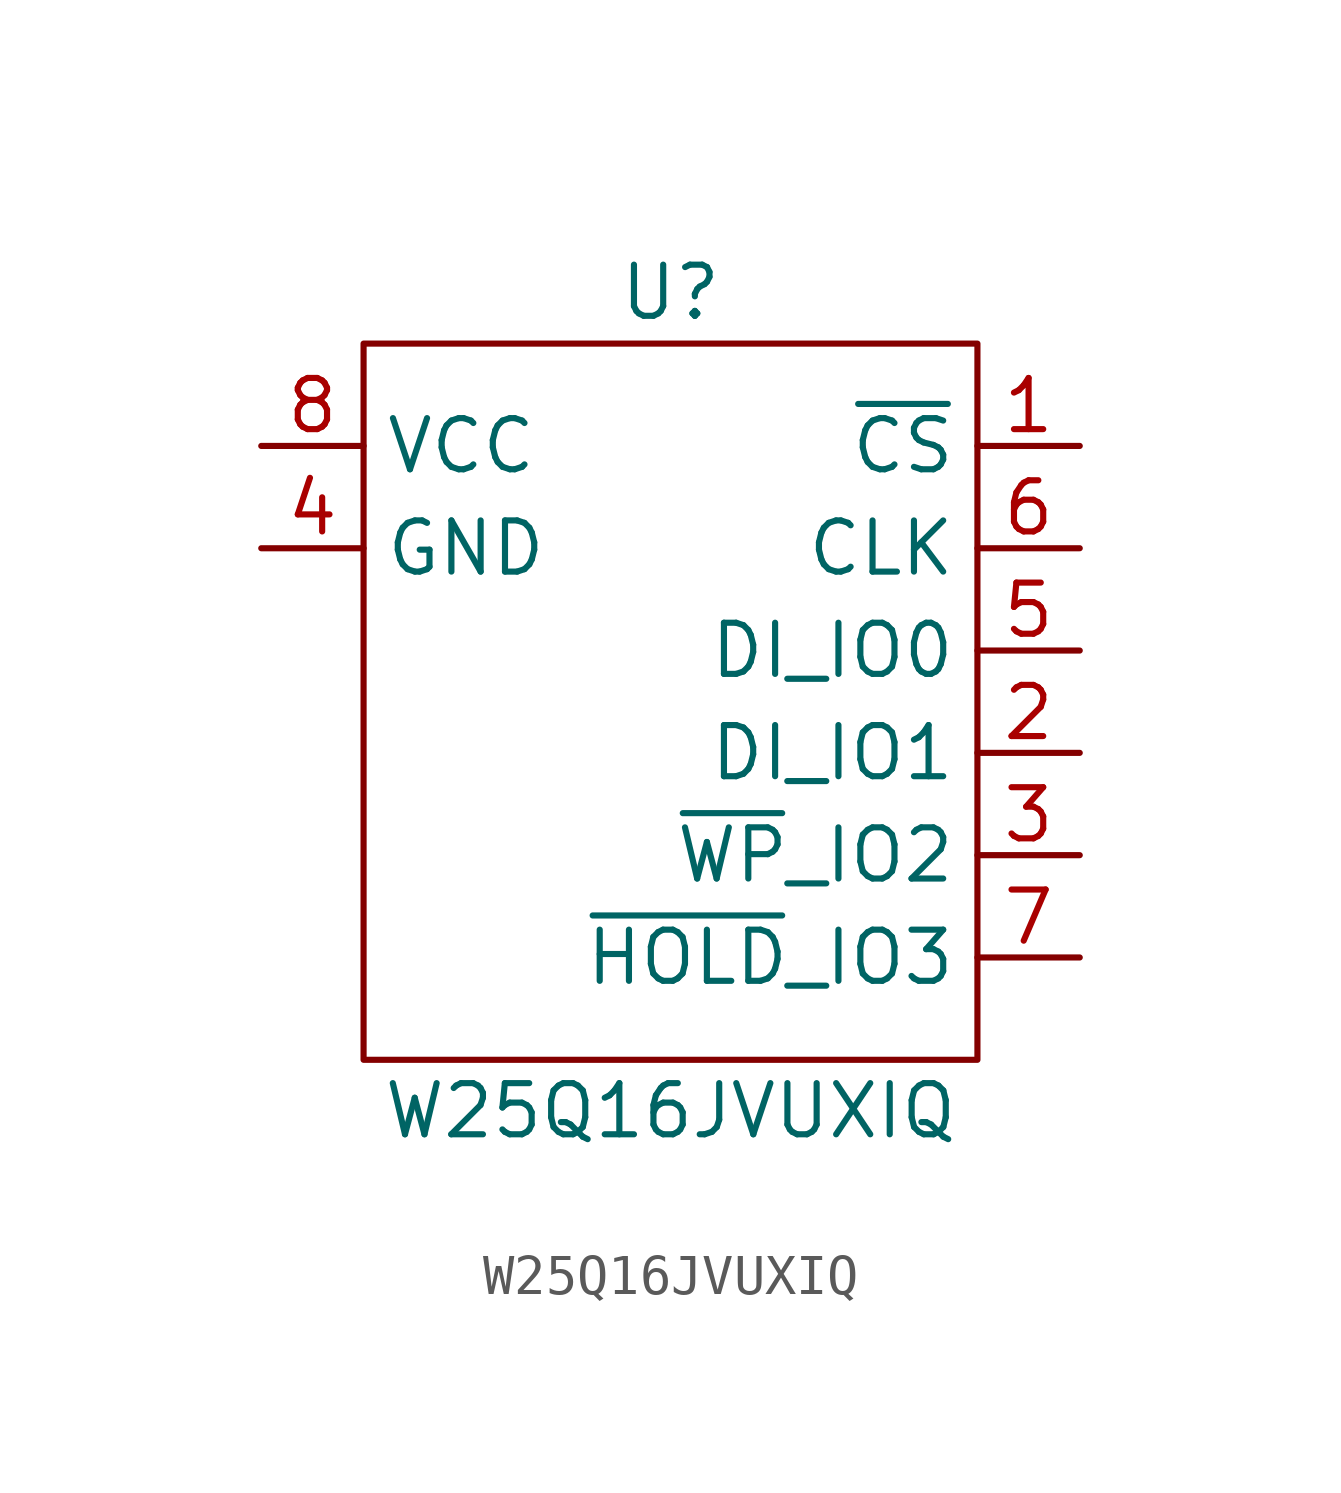
<source format=kicad_sym>
(kicad_symbol_lib
  (version 20241209)
  (generator "kicad_symbol_editor")
  (generator_version "9.0")
  (symbol "W25Q16JVUXIQ"
    (property "Reference" "U"
      (at 0 10.16 0)
      (effects (font (size 1.27 1.27))))
    (property "Value" "W25Q16JVUXIQ"
      (at 0 -10.16 0)
      (effects (font (size 1.27 1.27))))
    (symbol "W25Q16JVUXIQ_0_0"
      (pin input line (at -10.16 6.35 0) (length 2.54) (name "VCC" (effects (font (size 1.27 1.27)))) (number "8" (effects (font (size 1.27 1.27)))))
      (pin power_out line (at -10.16 3.81 0) (length 2.54) (name "GND" (effects (font (size 1.27 1.27)))) (number "4" (effects (font (size 1.27 1.27)))))
      (pin input line (at 10.16 6.35 180) (length 2.54) (name "~{CS}" (effects (font (size 1.27 1.27)))) (number "1" (effects (font (size 1.27 1.27)))))
      (pin input line (at 10.16 3.81 180) (length 2.54) (name "CLK" (effects (font (size 1.27 1.27)))) (number "6" (effects (font (size 1.27 1.27)))))
      (pin output line (at 10.16 1.27 180) (length 2.54) (name "DI_IO0" (effects (font (size 1.27 1.27)))) (number "5" (effects (font (size 1.27 1.27)))))
      (pin output line (at 10.16 -1.27 180) (length 2.54) (name "DI_IO1" (effects (font (size 1.27 1.27)))) (number "2" (effects (font (size 1.27 1.27)))))
      (pin input line (at 10.16 -3.81 180) (length 2.54) (name "~{WP}_IO2" (effects (font (size 1.27 1.27)))) (number "3" (effects (font (size 1.27 1.27)))))
      (pin input line (at 10.16 -6.35 180) (length 2.54) (name "~{HOLD}_IO3" (effects (font (size 1.27 1.27)))) (number "7" (effects (font (size 1.27 1.27))))))
    (symbol "W25Q16JVUXIQ_0_1"
      (rectangle (start -7.62 8.89) (end 7.62 -8.89) (stroke (width 0) (type default)) (fill (type none))))))
</source>
